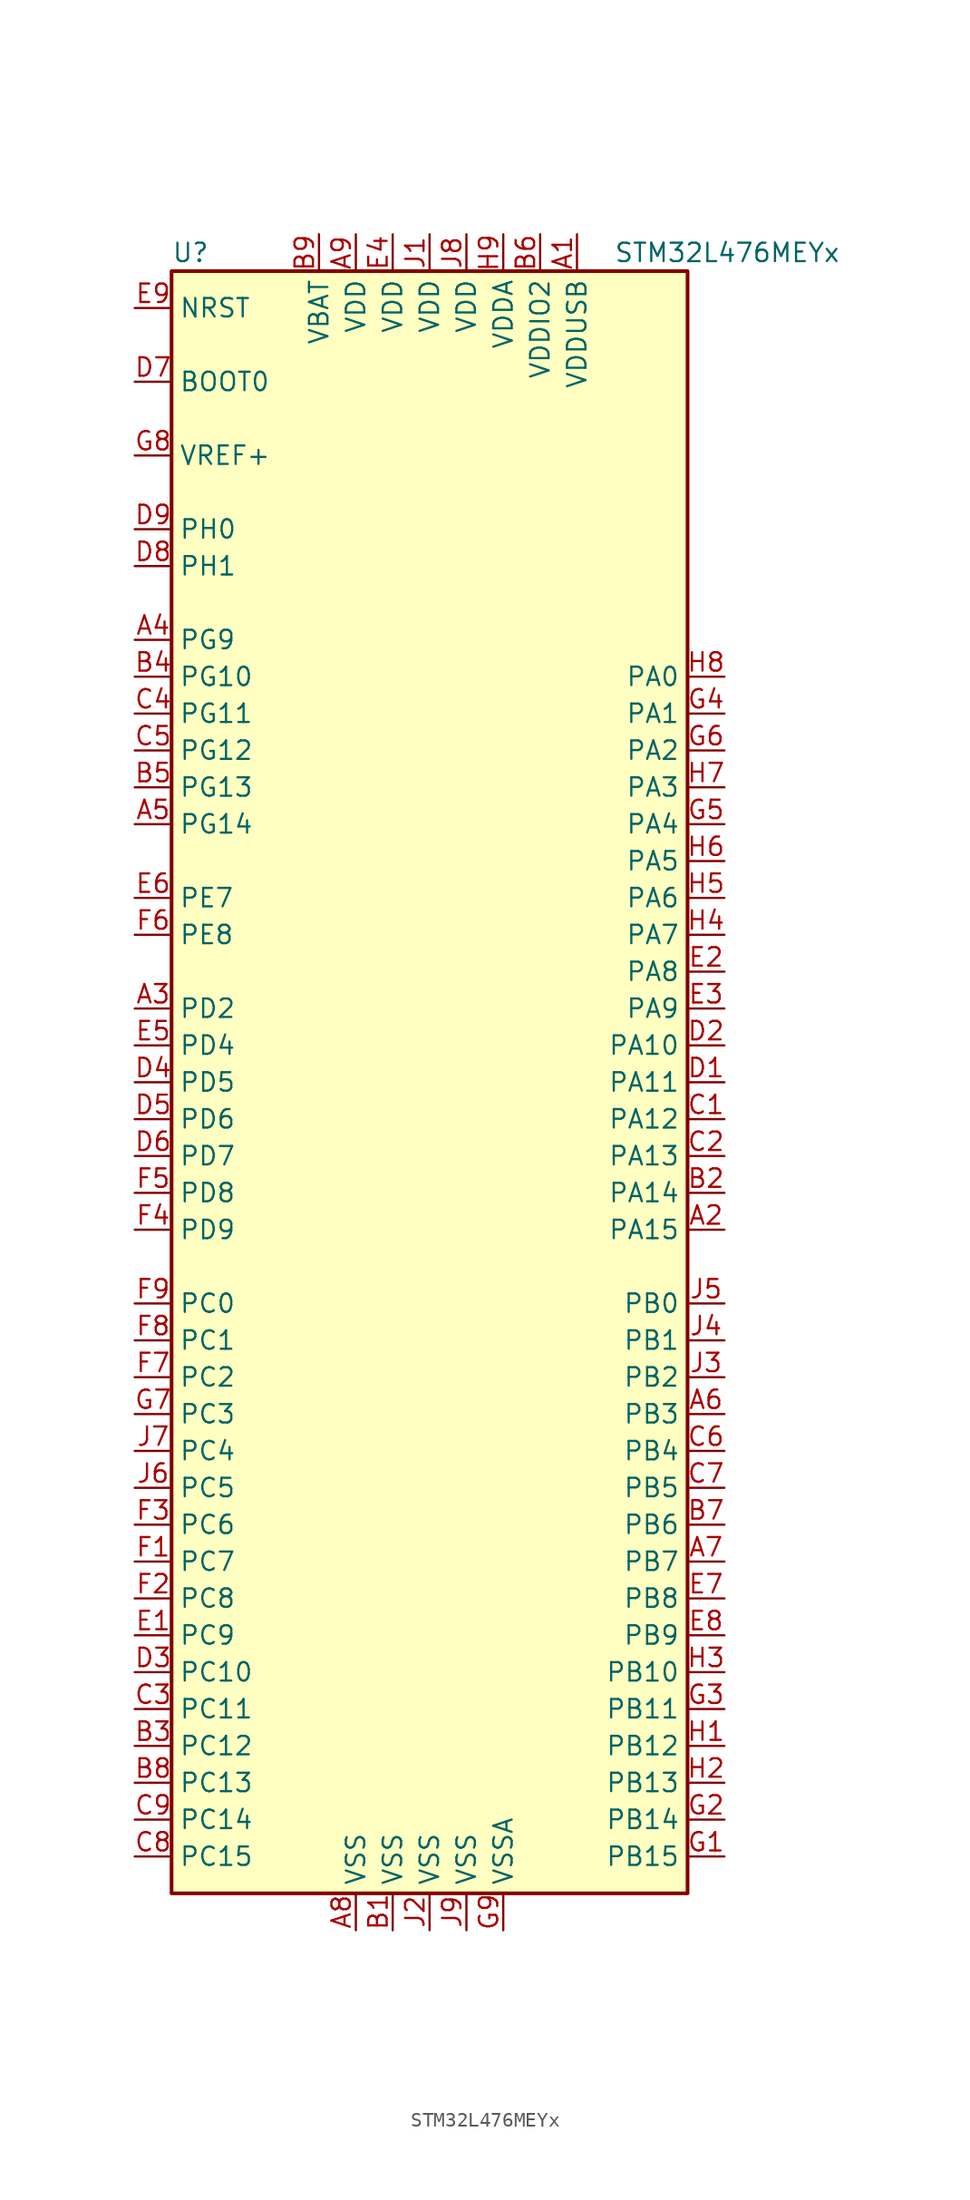
<source format=kicad_sym>
(kicad_symbol_lib
  (version 20211014)
  (generator kicad_symbol_editor)
  (symbol "STM32L476MEYx"
    (property "Reference" "U"
      (at -17.78 57.15 0)
      (effects (font (size 1.27 1.27)) (justify left)))
    (property "Value" "STM32L476MEYx"
      (at 12.7 57.15 0)
      (effects (font (size 1.27 1.27)) (justify left)))
    (symbol "STM32L476MEYx_0_1"
      (rectangle (start -17.78 -55.88) (end 17.78 55.88) (stroke (width 0.254) (type default) (color 0 0 0 0)) (fill (type background))))
    (symbol "STM32L476MEYx_1_1"
      (pin power_in line (at 10.16 58.42 270) (length 2.54) (name "VDDUSB" (effects (font (size 1.27 1.27)))) (number "A1" (effects (font (size 1.27 1.27)))))
      (pin bidirectional line (at 20.32 -10.16 180) (length 2.54) (name "PA15" (effects (font (size 1.27 1.27)))) (number "A2" (effects (font (size 1.27 1.27)))))
      (pin bidirectional line (at -20.32 5.08 0) (length 2.54) (name "PD2" (effects (font (size 1.27 1.27)))) (number "A3" (effects (font (size 1.27 1.27)))))
      (pin bidirectional line (at -20.32 30.48 0) (length 2.54) (name "PG9" (effects (font (size 1.27 1.27)))) (number "A4" (effects (font (size 1.27 1.27)))))
      (pin bidirectional line (at -20.32 17.78 0) (length 2.54) (name "PG14" (effects (font (size 1.27 1.27)))) (number "A5" (effects (font (size 1.27 1.27)))))
      (pin bidirectional line (at 20.32 -22.86 180) (length 2.54) (name "PB3" (effects (font (size 1.27 1.27)))) (number "A6" (effects (font (size 1.27 1.27)))))
      (pin bidirectional line (at 20.32 -33.02 180) (length 2.54) (name "PB7" (effects (font (size 1.27 1.27)))) (number "A7" (effects (font (size 1.27 1.27)))))
      (pin power_in line (at -5.08 -58.42 90) (length 2.54) (name "VSS" (effects (font (size 1.27 1.27)))) (number "A8" (effects (font (size 1.27 1.27)))))
      (pin power_in line (at -5.08 58.42 270) (length 2.54) (name "VDD" (effects (font (size 1.27 1.27)))) (number "A9" (effects (font (size 1.27 1.27)))))
      (pin power_in line (at -2.54 -58.42 90) (length 2.54) (name "VSS" (effects (font (size 1.27 1.27)))) (number "B1" (effects (font (size 1.27 1.27)))))
      (pin bidirectional line (at 20.32 -7.62 180) (length 2.54) (name "PA14" (effects (font (size 1.27 1.27)))) (number "B2" (effects (font (size 1.27 1.27)))))
      (pin bidirectional line (at -20.32 -45.72 0) (length 2.54) (name "PC12" (effects (font (size 1.27 1.27)))) (number "B3" (effects (font (size 1.27 1.27)))))
      (pin bidirectional line (at -20.32 27.94 0) (length 2.54) (name "PG10" (effects (font (size 1.27 1.27)))) (number "B4" (effects (font (size 1.27 1.27)))))
      (pin bidirectional line (at -20.32 20.32 0) (length 2.54) (name "PG13" (effects (font (size 1.27 1.27)))) (number "B5" (effects (font (size 1.27 1.27)))))
      (pin power_in line (at 7.62 58.42 270) (length 2.54) (name "VDDIO2" (effects (font (size 1.27 1.27)))) (number "B6" (effects (font (size 1.27 1.27)))))
      (pin bidirectional line (at 20.32 -30.48 180) (length 2.54) (name "PB6" (effects (font (size 1.27 1.27)))) (number "B7" (effects (font (size 1.27 1.27)))))
      (pin bidirectional line (at -20.32 -48.26 0) (length 2.54) (name "PC13" (effects (font (size 1.27 1.27)))) (number "B8" (effects (font (size 1.27 1.27)))))
      (pin power_in line (at -7.62 58.42 270) (length 2.54) (name "VBAT" (effects (font (size 1.27 1.27)))) (number "B9" (effects (font (size 1.27 1.27)))))
      (pin bidirectional line (at 20.32 -2.54 180) (length 2.54) (name "PA12" (effects (font (size 1.27 1.27)))) (number "C1" (effects (font (size 1.27 1.27)))))
      (pin bidirectional line (at 20.32 -5.08 180) (length 2.54) (name "PA13" (effects (font (size 1.27 1.27)))) (number "C2" (effects (font (size 1.27 1.27)))))
      (pin bidirectional line (at -20.32 -43.18 0) (length 2.54) (name "PC11" (effects (font (size 1.27 1.27)))) (number "C3" (effects (font (size 1.27 1.27)))))
      (pin bidirectional line (at -20.32 25.4 0) (length 2.54) (name "PG11" (effects (font (size 1.27 1.27)))) (number "C4" (effects (font (size 1.27 1.27)))))
      (pin bidirectional line (at -20.32 22.86 0) (length 2.54) (name "PG12" (effects (font (size 1.27 1.27)))) (number "C5" (effects (font (size 1.27 1.27)))))
      (pin bidirectional line (at 20.32 -25.4 180) (length 2.54) (name "PB4" (effects (font (size 1.27 1.27)))) (number "C6" (effects (font (size 1.27 1.27)))))
      (pin bidirectional line (at 20.32 -27.94 180) (length 2.54) (name "PB5" (effects (font (size 1.27 1.27)))) (number "C7" (effects (font (size 1.27 1.27)))))
      (pin bidirectional line (at -20.32 -53.34 0) (length 2.54) (name "PC15" (effects (font (size 1.27 1.27)))) (number "C8" (effects (font (size 1.27 1.27)))))
      (pin bidirectional line (at -20.32 -50.8 0) (length 2.54) (name "PC14" (effects (font (size 1.27 1.27)))) (number "C9" (effects (font (size 1.27 1.27)))))
      (pin bidirectional line (at 20.32 0 180) (length 2.54) (name "PA11" (effects (font (size 1.27 1.27)))) (number "D1" (effects (font (size 1.27 1.27)))))
      (pin bidirectional line (at 20.32 2.54 180) (length 2.54) (name "PA10" (effects (font (size 1.27 1.27)))) (number "D2" (effects (font (size 1.27 1.27)))))
      (pin bidirectional line (at -20.32 -40.64 0) (length 2.54) (name "PC10" (effects (font (size 1.27 1.27)))) (number "D3" (effects (font (size 1.27 1.27)))))
      (pin bidirectional line (at -20.32 0 0) (length 2.54) (name "PD5" (effects (font (size 1.27 1.27)))) (number "D4" (effects (font (size 1.27 1.27)))))
      (pin bidirectional line (at -20.32 -2.54 0) (length 2.54) (name "PD6" (effects (font (size 1.27 1.27)))) (number "D5" (effects (font (size 1.27 1.27)))))
      (pin bidirectional line (at -20.32 -5.08 0) (length 2.54) (name "PD7" (effects (font (size 1.27 1.27)))) (number "D6" (effects (font (size 1.27 1.27)))))
      (pin input line (at -20.32 48.26 0) (length 2.54) (name "BOOT0" (effects (font (size 1.27 1.27)))) (number "D7" (effects (font (size 1.27 1.27)))))
      (pin input line (at -20.32 35.56 0) (length 2.54) (name "PH1" (effects (font (size 1.27 1.27)))) (number "D8" (effects (font (size 1.27 1.27)))))
      (pin input line (at -20.32 38.1 0) (length 2.54) (name "PH0" (effects (font (size 1.27 1.27)))) (number "D9" (effects (font (size 1.27 1.27)))))
      (pin bidirectional line (at -20.32 -38.1 0) (length 2.54) (name "PC9" (effects (font (size 1.27 1.27)))) (number "E1" (effects (font (size 1.27 1.27)))))
      (pin bidirectional line (at 20.32 7.62 180) (length 2.54) (name "PA8" (effects (font (size 1.27 1.27)))) (number "E2" (effects (font (size 1.27 1.27)))))
      (pin bidirectional line (at 20.32 5.08 180) (length 2.54) (name "PA9" (effects (font (size 1.27 1.27)))) (number "E3" (effects (font (size 1.27 1.27)))))
      (pin power_in line (at -2.54 58.42 270) (length 2.54) (name "VDD" (effects (font (size 1.27 1.27)))) (number "E4" (effects (font (size 1.27 1.27)))))
      (pin bidirectional line (at -20.32 2.54 0) (length 2.54) (name "PD4" (effects (font (size 1.27 1.27)))) (number "E5" (effects (font (size 1.27 1.27)))))
      (pin bidirectional line (at -20.32 12.7 0) (length 2.54) (name "PE7" (effects (font (size 1.27 1.27)))) (number "E6" (effects (font (size 1.27 1.27)))))
      (pin bidirectional line (at 20.32 -35.56 180) (length 2.54) (name "PB8" (effects (font (size 1.27 1.27)))) (number "E7" (effects (font (size 1.27 1.27)))))
      (pin bidirectional line (at 20.32 -38.1 180) (length 2.54) (name "PB9" (effects (font (size 1.27 1.27)))) (number "E8" (effects (font (size 1.27 1.27)))))
      (pin input line (at -20.32 53.34 0) (length 2.54) (name "NRST" (effects (font (size 1.27 1.27)))) (number "E9" (effects (font (size 1.27 1.27)))))
      (pin bidirectional line (at -20.32 -33.02 0) (length 2.54) (name "PC7" (effects (font (size 1.27 1.27)))) (number "F1" (effects (font (size 1.27 1.27)))))
      (pin bidirectional line (at -20.32 -35.56 0) (length 2.54) (name "PC8" (effects (font (size 1.27 1.27)))) (number "F2" (effects (font (size 1.27 1.27)))))
      (pin bidirectional line (at -20.32 -30.48 0) (length 2.54) (name "PC6" (effects (font (size 1.27 1.27)))) (number "F3" (effects (font (size 1.27 1.27)))))
      (pin bidirectional line (at -20.32 -10.16 0) (length 2.54) (name "PD9" (effects (font (size 1.27 1.27)))) (number "F4" (effects (font (size 1.27 1.27)))))
      (pin bidirectional line (at -20.32 -7.62 0) (length 2.54) (name "PD8" (effects (font (size 1.27 1.27)))) (number "F5" (effects (font (size 1.27 1.27)))))
      (pin bidirectional line (at -20.32 10.16 0) (length 2.54) (name "PE8" (effects (font (size 1.27 1.27)))) (number "F6" (effects (font (size 1.27 1.27)))))
      (pin bidirectional line (at -20.32 -20.32 0) (length 2.54) (name "PC2" (effects (font (size 1.27 1.27)))) (number "F7" (effects (font (size 1.27 1.27)))))
      (pin bidirectional line (at -20.32 -17.78 0) (length 2.54) (name "PC1" (effects (font (size 1.27 1.27)))) (number "F8" (effects (font (size 1.27 1.27)))))
      (pin bidirectional line (at -20.32 -15.24 0) (length 2.54) (name "PC0" (effects (font (size 1.27 1.27)))) (number "F9" (effects (font (size 1.27 1.27)))))
      (pin bidirectional line (at 20.32 -53.34 180) (length 2.54) (name "PB15" (effects (font (size 1.27 1.27)))) (number "G1" (effects (font (size 1.27 1.27)))))
      (pin bidirectional line (at 20.32 -50.8 180) (length 2.54) (name "PB14" (effects (font (size 1.27 1.27)))) (number "G2" (effects (font (size 1.27 1.27)))))
      (pin bidirectional line (at 20.32 -43.18 180) (length 2.54) (name "PB11" (effects (font (size 1.27 1.27)))) (number "G3" (effects (font (size 1.27 1.27)))))
      (pin bidirectional line (at 20.32 25.4 180) (length 2.54) (name "PA1" (effects (font (size 1.27 1.27)))) (number "G4" (effects (font (size 1.27 1.27)))))
      (pin bidirectional line (at 20.32 17.78 180) (length 2.54) (name "PA4" (effects (font (size 1.27 1.27)))) (number "G5" (effects (font (size 1.27 1.27)))))
      (pin bidirectional line (at 20.32 22.86 180) (length 2.54) (name "PA2" (effects (font (size 1.27 1.27)))) (number "G6" (effects (font (size 1.27 1.27)))))
      (pin bidirectional line (at -20.32 -22.86 0) (length 2.54) (name "PC3" (effects (font (size 1.27 1.27)))) (number "G7" (effects (font (size 1.27 1.27)))))
      (pin bidirectional line (at -20.32 43.18 0) (length 2.54) (name "VREF+" (effects (font (size 1.27 1.27)))) (number "G8" (effects (font (size 1.27 1.27)))))
      (pin power_in line (at 5.08 -58.42 90) (length 2.54) (name "VSSA" (effects (font (size 1.27 1.27)))) (number "G9" (effects (font (size 1.27 1.27)))))
      (pin bidirectional line (at 20.32 -45.72 180) (length 2.54) (name "PB12" (effects (font (size 1.27 1.27)))) (number "H1" (effects (font (size 1.27 1.27)))))
      (pin bidirectional line (at 20.32 -48.26 180) (length 2.54) (name "PB13" (effects (font (size 1.27 1.27)))) (number "H2" (effects (font (size 1.27 1.27)))))
      (pin bidirectional line (at 20.32 -40.64 180) (length 2.54) (name "PB10" (effects (font (size 1.27 1.27)))) (number "H3" (effects (font (size 1.27 1.27)))))
      (pin bidirectional line (at 20.32 10.16 180) (length 2.54) (name "PA7" (effects (font (size 1.27 1.27)))) (number "H4" (effects (font (size 1.27 1.27)))))
      (pin bidirectional line (at 20.32 12.7 180) (length 2.54) (name "PA6" (effects (font (size 1.27 1.27)))) (number "H5" (effects (font (size 1.27 1.27)))))
      (pin bidirectional line (at 20.32 15.24 180) (length 2.54) (name "PA5" (effects (font (size 1.27 1.27)))) (number "H6" (effects (font (size 1.27 1.27)))))
      (pin bidirectional line (at 20.32 20.32 180) (length 2.54) (name "PA3" (effects (font (size 1.27 1.27)))) (number "H7" (effects (font (size 1.27 1.27)))))
      (pin bidirectional line (at 20.32 27.94 180) (length 2.54) (name "PA0" (effects (font (size 1.27 1.27)))) (number "H8" (effects (font (size 1.27 1.27)))))
      (pin power_in line (at 5.08 58.42 270) (length 2.54) (name "VDDA" (effects (font (size 1.27 1.27)))) (number "H9" (effects (font (size 1.27 1.27)))))
      (pin power_in line (at 0 58.42 270) (length 2.54) (name "VDD" (effects (font (size 1.27 1.27)))) (number "J1" (effects (font (size 1.27 1.27)))))
      (pin power_in line (at 0 -58.42 90) (length 2.54) (name "VSS" (effects (font (size 1.27 1.27)))) (number "J2" (effects (font (size 1.27 1.27)))))
      (pin bidirectional line (at 20.32 -20.32 180) (length 2.54) (name "PB2" (effects (font (size 1.27 1.27)))) (number "J3" (effects (font (size 1.27 1.27)))))
      (pin bidirectional line (at 20.32 -17.78 180) (length 2.54) (name "PB1" (effects (font (size 1.27 1.27)))) (number "J4" (effects (font (size 1.27 1.27)))))
      (pin bidirectional line (at 20.32 -15.24 180) (length 2.54) (name "PB0" (effects (font (size 1.27 1.27)))) (number "J5" (effects (font (size 1.27 1.27)))))
      (pin bidirectional line (at -20.32 -27.94 0) (length 2.54) (name "PC5" (effects (font (size 1.27 1.27)))) (number "J6" (effects (font (size 1.27 1.27)))))
      (pin bidirectional line (at -20.32 -25.4 0) (length 2.54) (name "PC4" (effects (font (size 1.27 1.27)))) (number "J7" (effects (font (size 1.27 1.27)))))
      (pin power_in line (at 2.54 58.42 270) (length 2.54) (name "VDD" (effects (font (size 1.27 1.27)))) (number "J8" (effects (font (size 1.27 1.27)))))
      (pin power_in line (at 2.54 -58.42 90) (length 2.54) (name "VSS" (effects (font (size 1.27 1.27)))) (number "J9" (effects (font (size 1.27 1.27))))))))
</source>
